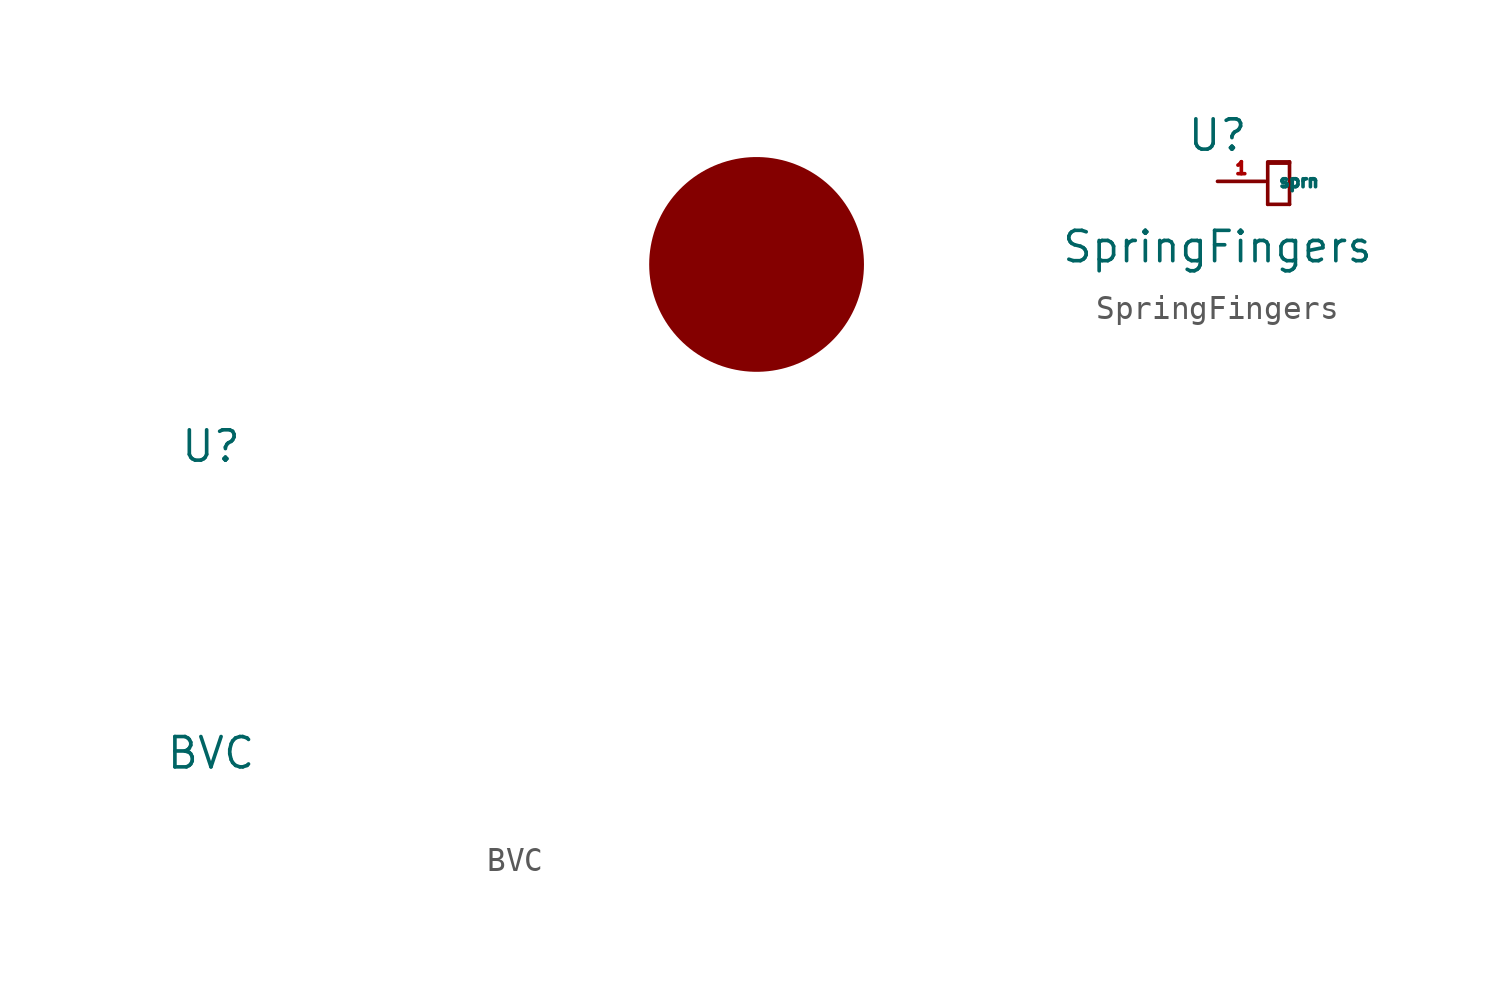
<source format=kicad_sym>
(kicad_symbol_lib
  (version 20211014)
  (generator kicad_symbol_editor)
  (symbol "BVC"
    (property "Reference" "U"
      (at 0 6.35 0)
      (effects (font (size 1.27 1.27))))
    (property "Value" "BVC"
      (at 0 -6.502 0)
      (effects (font (size 1.27 1.27))))
    (symbol "BVC_0_1"
      (polyline (pts (xy 22.86 13.97) (xy 22.86 13.97)) (stroke (width 0) (type default) (color 0 0 0 0)) (fill (type none)))
      (polyline (pts (xy 22.86 13.97) (xy 22.86 13.97)) (stroke (width 0) (type default) (color 0 0 0 0)) (fill (type none)))
      (polyline (pts (xy 22.86 13.97) (xy 22.86 13.97)) (stroke (width 0) (type default) (color 0 0 0 0)) (fill (type none)))
      (polyline (pts (xy 22.86 13.97) (xy 22.86 13.97)) (stroke (width 0) (type default) (color 0 0 0 0)) (fill (type none)))
      (polyline (pts (xy 22.86 13.97) (xy 22.86 13.97)) (stroke (width 0) (type default) (color 0 0 0 0)) (fill (type none)))
      (polyline (pts (xy 22.86 13.97) (xy 22.86 13.97)) (stroke (width 0) (type default) (color 0 0 0 0)) (fill (type none)))
      (polyline (pts (xy 22.86 13.97) (xy 22.86 13.97)) (stroke (width 0) (type default) (color 0 0 0 0)) (fill (type none)))
      (polyline (pts (xy 22.86 13.97) (xy 22.86 13.97)) (stroke (width 0) (type default) (color 0 0 0 0)) (fill (type none)))
      (polyline (pts (xy 22.86 13.97) (xy 22.86 13.97)) (stroke (width 0) (type default) (color 0 0 0 0)) (fill (type none)))
      (polyline (pts (xy 22.86 13.97) (xy 22.86 13.97)) (stroke (width 0) (type default) (color 0 0 0 0)) (fill (type none)))
      (polyline (pts (xy 22.86 13.97) (xy 22.86 13.97)) (stroke (width 0) (type default) (color 0 0 0 0)) (fill (type none)))
      (polyline (pts (xy 22.86 13.97) (xy 22.86 13.97)) (stroke (width 0) (type default) (color 0 0 0 0)) (fill (type none)))
      (polyline (pts (xy 22.86 13.97) (xy 22.86 13.97)) (stroke (width 3) (type default) (color 0 0 0 0)) (fill (type none)))
      (polyline (pts (xy 22.86 13.97) (xy 22.86 13.97)) (stroke (width 9) (type default) (color 0 0 0 0)) (fill (type none)))
      (rectangle (start 22.86 13.97) (end 22.86 13.97) (stroke (width 0) (type default) (color 0 0 0 0)) (fill (type none)))
      (rectangle (start 26.67 13.97) (end 26.67 13.97) (stroke (width 0) (type default) (color 0 0 0 0)) (fill (type none)))))
  (symbol "SpringFingers"
    (property "Reference" "U"
      (at 0 1.93 0)
      (effects (font (size 1.27 1.27))))
    (property "Value" "SpringFingers"
      (at 0 -2.743 0)
      (effects (font (size 1.27 1.27))))
    (symbol "SpringFingers_0_1"
      (rectangle (start 2.104 -0.962) (end 3.018 -0.962) (stroke (width 0) (type default) (color 0 0 0 0)) (fill (type none)))
      (rectangle (start 2.104 0.816) (end 2.104 -0.962) (stroke (width 0) (type default) (color 0 0 0 0)) (fill (type none)))
      (rectangle (start 2.155 0.816) (end 3.018 0.765) (stroke (width 0) (type default) (color 0 0 0 0)) (fill (type none)))
      (rectangle (start 3.018 0.816) (end 3.018 -0.962) (stroke (width 0) (type default) (color 0 0 0 0)) (fill (type none))))
    (symbol "SpringFingers_1_1"
      (pin input line (at 0 0 0) (length 2) (name "sprn" (effects (font (size 0.5 0.5)))) (number "1" (effects (font (size 0.5 0.5)))))
      (pin input line (at 0 0 0) (length 2) hide (name "SPRNG" (effects (font (size 0.5 0.5)))) (number "2" (effects (font (size 0.5 0.5)))))
      (pin input line (at 0 0 0) (length 2) hide (name "SPRNG" (effects (font (size 0.5 0.5)))) (number "3" (effects (font (size 0.5 0.5))))))))
</source>
